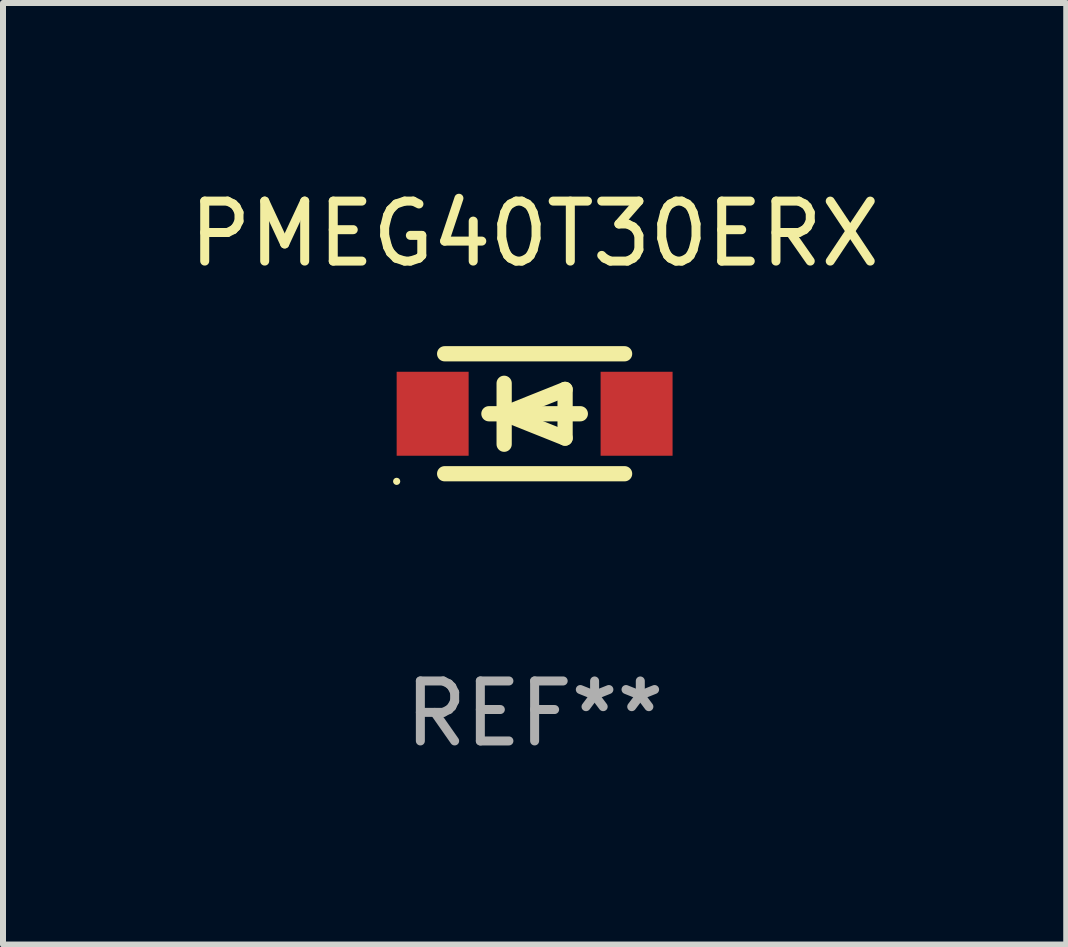
<source format=kicad_pcb>
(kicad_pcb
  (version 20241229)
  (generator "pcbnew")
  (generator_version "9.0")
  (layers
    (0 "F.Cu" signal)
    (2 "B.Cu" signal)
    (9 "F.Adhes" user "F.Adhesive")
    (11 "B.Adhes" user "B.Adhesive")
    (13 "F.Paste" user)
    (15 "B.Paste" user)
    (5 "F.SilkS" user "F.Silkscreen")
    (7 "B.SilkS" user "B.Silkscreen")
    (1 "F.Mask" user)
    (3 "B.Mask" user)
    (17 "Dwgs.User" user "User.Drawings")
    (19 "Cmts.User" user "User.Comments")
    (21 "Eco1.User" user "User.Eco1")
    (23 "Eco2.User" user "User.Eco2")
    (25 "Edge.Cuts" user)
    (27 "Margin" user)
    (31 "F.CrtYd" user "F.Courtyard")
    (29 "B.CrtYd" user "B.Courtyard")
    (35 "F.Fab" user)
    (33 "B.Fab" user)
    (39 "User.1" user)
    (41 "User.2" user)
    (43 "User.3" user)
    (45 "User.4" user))
  (footprint "PMEG40T30ERX"
    (layer "F.Cu")
    (at 5.863 3.848)
    (property "Reference" "PMEG40T30ERX" (at 0 -3 0) (layer "F.SilkS") (effects (font (size 1 1) (thickness 0.15))))
    (attr through_hole)
    (fp_line (start -1.5 -1) (end 1.5 -1) (stroke (width 0.254) (type solid)) (layer "F.SilkS"))
    (fp_line (start -1.5 1) (end 1.5 1) (stroke (width 0.254) (type solid)) (layer "F.SilkS"))
    (fp_line (start -0.762 0) (end 0.762 0) (stroke (width 0.254) (type solid)) (layer "F.SilkS"))
    (fp_line (start -0.508 -0.508) (end -0.508 0.508) (stroke (width 0.254) (type solid)) (layer "F.SilkS"))
    (fp_line (start -0.508 0) (end 0.508 -0.406) (stroke (width 0.254) (type solid)) (layer "F.SilkS"))
    (fp_line (start 0.508 -0.406) (end 0.508 0.406) (stroke (width 0.254) (type solid)) (layer "F.SilkS"))
    (fp_line (start 0.508 0.406) (end -0.508 0) (stroke (width 0.254) (type solid)) (layer "F.SilkS"))
    (fp_circle (center -2.3 1.127) (end -2.27 1.127) (stroke (width 0.06) (type solid)) (fill no) (layer "F.SilkS"))
    (fp_text user "REF**" (at 0 5 0) (layer "F.Fab") (effects (font (size 1 1) (thickness 0.15))))
    (pad "1" smd rect (at -1.7 0) (size 1.2 1.4) (layers "F.Cu" "F.Mask" "F.Paste"))
    (pad "2" smd rect (at 1.7 0) (size 1.2 1.4) (layers "F.Cu" "F.Mask" "F.Paste")))
  (gr_rect
    (start -3 -3)
    (end 14.726 12.697)
    (stroke (width 0.1) (type default))
    (fill no)
    (layer "Edge.Cuts")))
</source>
